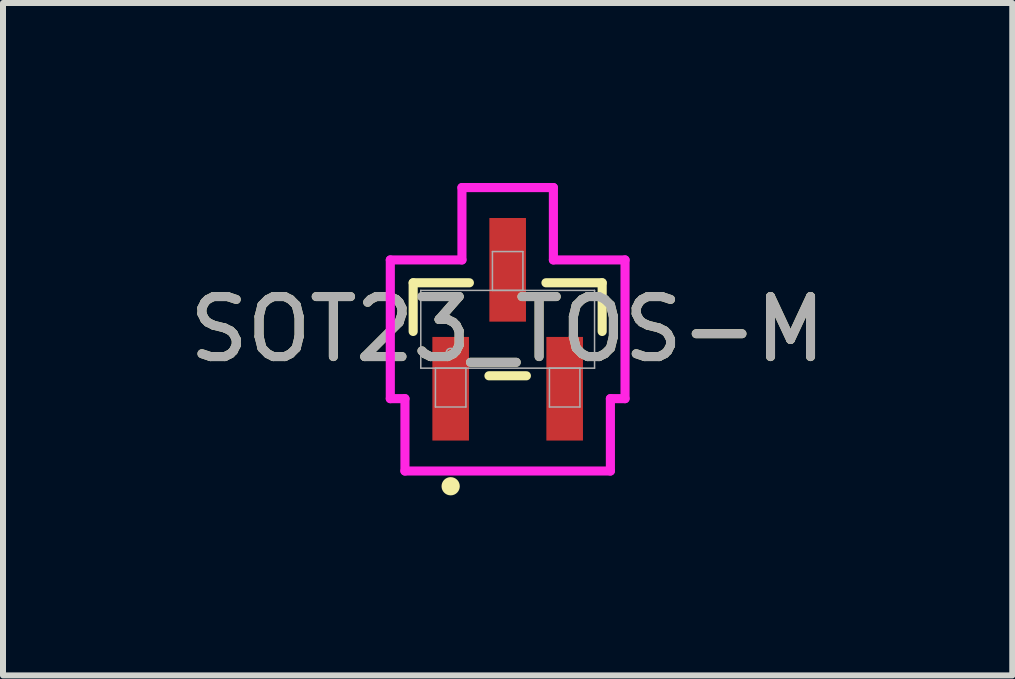
<source format=kicad_pcb>
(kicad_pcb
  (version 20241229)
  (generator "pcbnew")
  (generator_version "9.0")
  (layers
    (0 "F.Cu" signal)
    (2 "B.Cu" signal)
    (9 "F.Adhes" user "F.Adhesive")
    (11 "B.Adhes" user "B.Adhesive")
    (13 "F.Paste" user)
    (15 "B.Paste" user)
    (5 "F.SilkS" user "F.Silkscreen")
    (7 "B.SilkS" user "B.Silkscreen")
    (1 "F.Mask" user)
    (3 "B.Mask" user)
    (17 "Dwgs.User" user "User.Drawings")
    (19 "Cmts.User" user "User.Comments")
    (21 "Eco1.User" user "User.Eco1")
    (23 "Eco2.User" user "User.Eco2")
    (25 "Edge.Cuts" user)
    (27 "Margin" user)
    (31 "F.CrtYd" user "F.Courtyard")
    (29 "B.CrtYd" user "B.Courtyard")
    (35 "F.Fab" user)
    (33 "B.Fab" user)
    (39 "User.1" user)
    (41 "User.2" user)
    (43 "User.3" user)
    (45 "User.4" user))
  (footprint "SOT23_TOS-M"
    (layer "F.Cu")
    (at 5.411 2.438)
    (property "Reference" "SOT23_TOS-M" (at 0 0 0) (unlocked yes) (layer "F.SilkS") (effects (font (size 1 1) (thickness 0.15))))
    (attr smd)
    (fp_line (start -1.575 -0.775) (end -1.575 0.036) (stroke (width 0.152) (type solid)) (layer "F.SilkS"))
    (fp_line (start -0.638 -0.775) (end -1.575 -0.775) (stroke (width 0.152) (type solid)) (layer "F.SilkS"))
    (fp_line (start -0.312 0.775) (end 0.312 0.775) (stroke (width 0.152) (type solid)) (layer "F.SilkS"))
    (fp_line (start 1.575 -0.775) (end 0.638 -0.775) (stroke (width 0.152) (type solid)) (layer "F.SilkS"))
    (fp_line (start 1.575 0.036) (end 1.575 -0.775) (stroke (width 0.152) (type solid)) (layer "F.SilkS"))
    (fp_circle (center -0.95 2.616) (end -0.874 2.616) (stroke (width 0.152) (type solid)) (fill no) (layer "F.SilkS"))
    (fp_line (start -1.956 -1.156) (end -0.762 -1.156) (stroke (width 0.152) (type solid)) (layer "F.CrtYd"))
    (fp_line (start -1.956 1.156) (end -1.956 -1.156) (stroke (width 0.152) (type solid)) (layer "F.CrtYd"))
    (fp_line (start -1.956 1.156) (end -1.712 1.156) (stroke (width 0.152) (type solid)) (layer "F.CrtYd"))
    (fp_line (start -1.712 1.156) (end -1.712 2.362) (stroke (width 0.152) (type solid)) (layer "F.CrtYd"))
    (fp_line (start -1.712 2.362) (end 1.712 2.362) (stroke (width 0.152) (type solid)) (layer "F.CrtYd"))
    (fp_line (start -0.762 -2.362) (end 0.762 -2.362) (stroke (width 0.152) (type solid)) (layer "F.CrtYd"))
    (fp_line (start -0.762 -1.156) (end -0.762 -2.362) (stroke (width 0.152) (type solid)) (layer "F.CrtYd"))
    (fp_line (start 0.762 -1.156) (end 0.762 -2.362) (stroke (width 0.152) (type solid)) (layer "F.CrtYd"))
    (fp_line (start 1.712 1.156) (end 1.712 2.362) (stroke (width 0.152) (type solid)) (layer "F.CrtYd"))
    (fp_line (start 1.956 -1.156) (end 0.762 -1.156) (stroke (width 0.152) (type solid)) (layer "F.CrtYd"))
    (fp_line (start 1.956 -1.156) (end 1.956 1.156) (stroke (width 0.152) (type solid)) (layer "F.CrtYd"))
    (fp_line (start 1.956 1.156) (end 1.712 1.156) (stroke (width 0.152) (type solid)) (layer "F.CrtYd"))
    (fp_line (start -1.448 -0.648) (end -1.448 0.648) (stroke (width 0.025) (type solid)) (layer "F.Fab"))
    (fp_line (start -1.448 0.648) (end 1.448 0.648) (stroke (width 0.025) (type solid)) (layer "F.Fab"))
    (fp_line (start -1.204 0.648) (end -1.204 1.295) (stroke (width 0.025) (type solid)) (layer "F.Fab"))
    (fp_line (start -1.204 1.295) (end -0.696 1.295) (stroke (width 0.025) (type solid)) (layer "F.Fab"))
    (fp_line (start -0.696 0.648) (end -1.204 0.648) (stroke (width 0.025) (type solid)) (layer "F.Fab"))
    (fp_line (start -0.696 1.295) (end -0.696 0.648) (stroke (width 0.025) (type solid)) (layer "F.Fab"))
    (fp_line (start -0.254 -1.295) (end -0.254 -0.648) (stroke (width 0.025) (type solid)) (layer "F.Fab"))
    (fp_line (start -0.254 -0.648) (end 0.254 -0.648) (stroke (width 0.025) (type solid)) (layer "F.Fab"))
    (fp_line (start 0.254 -1.295) (end -0.254 -1.295) (stroke (width 0.025) (type solid)) (layer "F.Fab"))
    (fp_line (start 0.254 -0.648) (end 0.254 -1.295) (stroke (width 0.025) (type solid)) (layer "F.Fab"))
    (fp_line (start 0.696 0.648) (end 0.696 1.295) (stroke (width 0.025) (type solid)) (layer "F.Fab"))
    (fp_line (start 0.696 1.295) (end 1.204 1.295) (stroke (width 0.025) (type solid)) (layer "F.Fab"))
    (fp_line (start 1.204 0.648) (end 0.696 0.648) (stroke (width 0.025) (type solid)) (layer "F.Fab"))
    (fp_line (start 1.204 1.295) (end 1.204 0.648) (stroke (width 0.025) (type solid)) (layer "F.Fab"))
    (fp_line (start 1.448 -0.648) (end -1.448 -0.648) (stroke (width 0.025) (type solid)) (layer "F.Fab"))
    (fp_line (start 1.448 0.648) (end 1.448 -0.648) (stroke (width 0.025) (type solid)) (layer "F.Fab"))
    (fp_circle (center -0.95 0.394) (end -0.874 0.394) (stroke (width 0.025) (type solid)) (fill no) (layer "F.Fab"))
    (fp_text user "${REFERENCE}" (at 0 0 0) (unlocked yes) (layer "F.Fab") (effects (font (size 1 1) (thickness 0.15))))
    (pad "1" smd rect (at -0.95 0.991) (size 0.61 1.727) (layers "F.Cu" "F.Mask" "F.Paste"))
    (pad "2" smd rect (at 0.95 0.991) (size 0.61 1.727) (layers "F.Cu" "F.Mask" "F.Paste"))
    (pad "3" smd rect (at 0 -0.991) (size 0.61 1.727) (layers "F.Cu" "F.Mask" "F.Paste")))
  (gr_rect
    (start -3 -3)
    (end 13.821 8.207)
    (stroke (width 0.1) (type default))
    (fill no)
    (layer "Edge.Cuts")))
</source>
